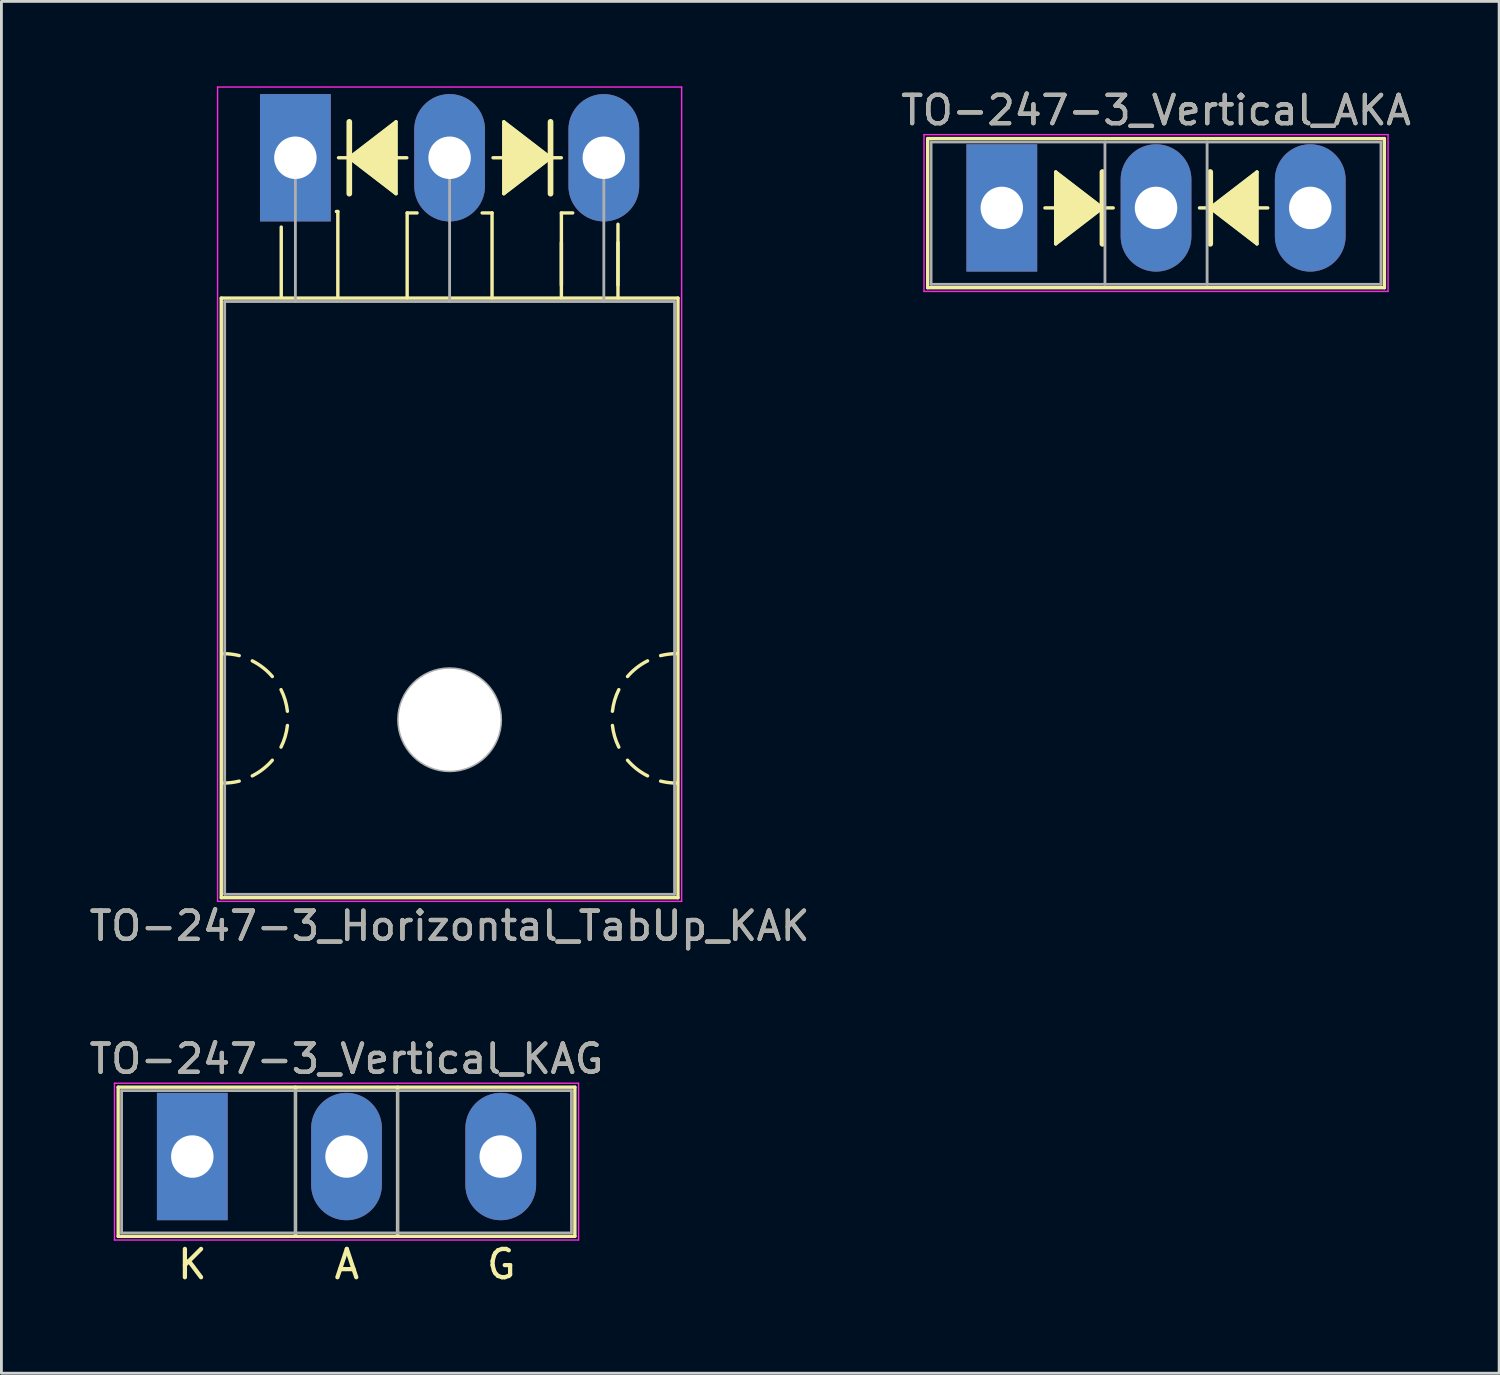
<source format=kicad_pcb>
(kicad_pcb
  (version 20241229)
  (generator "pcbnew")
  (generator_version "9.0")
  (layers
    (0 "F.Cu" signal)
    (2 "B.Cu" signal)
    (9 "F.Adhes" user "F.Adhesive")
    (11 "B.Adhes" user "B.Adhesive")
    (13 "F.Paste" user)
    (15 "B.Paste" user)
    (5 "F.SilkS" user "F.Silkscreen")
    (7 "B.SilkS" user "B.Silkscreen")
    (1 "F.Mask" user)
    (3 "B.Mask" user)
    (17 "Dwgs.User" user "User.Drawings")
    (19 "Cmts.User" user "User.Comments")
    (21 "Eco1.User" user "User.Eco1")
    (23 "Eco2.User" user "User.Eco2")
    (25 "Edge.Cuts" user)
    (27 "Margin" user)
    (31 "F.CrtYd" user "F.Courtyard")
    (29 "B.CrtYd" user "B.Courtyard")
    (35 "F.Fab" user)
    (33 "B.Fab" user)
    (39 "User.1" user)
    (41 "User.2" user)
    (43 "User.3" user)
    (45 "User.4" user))
  (footprint "TO-247-3_Vertical_KAG"
    (layer "F.Cu")
    (at 3.746 37.822)
    (property "Reference" "TO-247-3_Vertical_KAG" (at 5.45 -3.45 0) (layer "F.SilkS") (effects (font (size 1 1) (thickness 0.15))))
    (fp_line (start -2.62 -2.451) (end -2.62 2.82) (stroke (width 0.12) (type solid)) (layer "F.SilkS"))
    (fp_line (start -2.62 -2.451) (end 13.52 -2.451) (stroke (width 0.12) (type solid)) (layer "F.SilkS"))
    (fp_line (start -2.62 2.82) (end 13.52 2.82) (stroke (width 0.12) (type solid)) (layer "F.SilkS"))
    (fp_line (start 3.646 -2.451) (end 3.646 2.82) (stroke (width 0.12) (type solid)) (layer "F.SilkS"))
    (fp_line (start 7.255 -2.451) (end 7.255 2.82) (stroke (width 0.12) (type solid)) (layer "F.SilkS"))
    (fp_line (start 13.52 -2.451) (end 13.52 2.82) (stroke (width 0.12) (type solid)) (layer "F.SilkS"))
    (fp_line (start -2.75 -2.59) (end -2.75 2.95) (stroke (width 0.05) (type solid)) (layer "F.CrtYd"))
    (fp_line (start -2.75 2.95) (end 13.65 2.95) (stroke (width 0.05) (type solid)) (layer "F.CrtYd"))
    (fp_line (start 13.65 -2.59) (end -2.75 -2.59) (stroke (width 0.05) (type solid)) (layer "F.CrtYd"))
    (fp_line (start 13.65 2.95) (end 13.65 -2.59) (stroke (width 0.05) (type solid)) (layer "F.CrtYd"))
    (fp_line (start -2.5 -2.33) (end -2.5 2.7) (stroke (width 0.1) (type solid)) (layer "F.Fab"))
    (fp_line (start -2.5 2.7) (end 13.4 2.7) (stroke (width 0.1) (type solid)) (layer "F.Fab"))
    (fp_line (start 3.645 -2.33) (end 3.645 2.7) (stroke (width 0.1) (type solid)) (layer "F.Fab"))
    (fp_line (start 7.255 -2.33) (end 7.255 2.7) (stroke (width 0.1) (type solid)) (layer "F.Fab"))
    (fp_line (start 13.4 -2.33) (end -2.5 -2.33) (stroke (width 0.1) (type solid)) (layer "F.Fab"))
    (fp_line (start 13.4 2.7) (end 13.4 -2.33) (stroke (width 0.1) (type solid)) (layer "F.Fab"))
    (fp_text user "A" (at 5.461 3.81 0) (unlocked yes) (layer "F.SilkS") (effects (font (size 1 1) (thickness 0.15))))
    (fp_text user "K" (at 0 3.81 0) (unlocked yes) (layer "F.SilkS") (effects (font (size 1 1) (thickness 0.15))))
    (fp_text user "G" (at 10.922 3.81 0) (unlocked yes) (layer "F.SilkS") (effects (font (size 1 1) (thickness 0.15))))
    (fp_text user "${REFERENCE}" (at 5.45 -3.45 0) (layer "F.Fab") (effects (font (size 1 1) (thickness 0.15))))
    (pad "1" thru_hole rect (at 0 0) (size 2.5 4.5) (drill 1.5) (layers "*.Cu" "*.Mask"))
    (pad "2" thru_hole oval (at 5.45 0) (size 2.5 4.5) (drill 1.5) (layers "*.Cu" "*.Mask"))
    (pad "3" thru_hole oval (at 10.9 0) (size 2.5 4.5) (drill 1.5) (layers "*.Cu" "*.Mask")))
  (footprint "TO-247-3_Horizontal_TabUp_KAK"
    (layer "F.Cu")
    (at 7.389 2.525)
    (property "Reference" "TO-247-3_Horizontal_TabUp_KAK" (at 5.45 27.15 0) (layer "F.SilkS") (effects (font (size 1 1) (thickness 0.15))))
    (attr through_hole)
    (fp_line (start -2.62 4.96) (end -2.62 26.15) (stroke (width 0.12) (type solid)) (layer "F.SilkS"))
    (fp_line (start -2.62 4.96) (end 13.52 4.96) (stroke (width 0.12) (type solid)) (layer "F.SilkS"))
    (fp_line (start -2.62 26.15) (end 13.52 26.15) (stroke (width 0.12) (type solid)) (layer "F.SilkS"))
    (fp_line (start -0.5 4.9) (end -0.5 2.45) (stroke (width 0.12) (type solid)) (layer "F.SilkS"))
    (fp_line (start 1.5 1.9) (end 1.45 1.9) (stroke (width 0.12) (type solid)) (layer "F.SilkS"))
    (fp_line (start 1.5 4.9) (end 1.5 1.9) (stroke (width 0.12) (type solid)) (layer "F.SilkS"))
    (fp_line (start 1.524 0) (end 1.905 0) (stroke (width 0.12) (type solid)) (layer "F.SilkS"))
    (fp_line (start 1.905 -1.27) (end 1.905 0) (stroke (width 0.2) (type solid)) (layer "F.SilkS"))
    (fp_line (start 1.905 0) (end 1.905 1.27) (stroke (width 0.2) (type solid)) (layer "F.SilkS"))
    (fp_line (start 1.905 0) (end 3.556 1.27) (stroke (width 0.12) (type solid)) (layer "F.SilkS"))
    (fp_line (start 3.556 -1.27) (end 1.905 0) (stroke (width 0.12) (type solid)) (layer "F.SilkS"))
    (fp_line (start 3.556 1.27) (end 3.556 -1.27) (stroke (width 0.12) (type solid)) (layer "F.SilkS"))
    (fp_line (start 3.937 0) (end 3.556 0) (stroke (width 0.12) (type solid)) (layer "F.SilkS"))
    (fp_line (start 3.95 1.95) (end 4.3 1.95) (stroke (width 0.12) (type solid)) (layer "F.SilkS"))
    (fp_line (start 3.95 4.95) (end 3.95 1.95) (stroke (width 0.12) (type solid)) (layer "F.SilkS"))
    (fp_line (start 6.95 1.95) (end 6.6 1.95) (stroke (width 0.12) (type solid)) (layer "F.SilkS"))
    (fp_line (start 6.95 4.95) (end 6.95 1.95) (stroke (width 0.12) (type solid)) (layer "F.SilkS"))
    (fp_line (start 6.985 0) (end 7.366 0) (stroke (width 0.12) (type solid)) (layer "F.SilkS"))
    (fp_line (start 7.366 -1.27) (end 7.366 1.27) (stroke (width 0.12) (type solid)) (layer "F.SilkS"))
    (fp_line (start 7.366 1.27) (end 9.017 0) (stroke (width 0.12) (type solid)) (layer "F.SilkS"))
    (fp_line (start 9.017 0) (end 7.366 -1.27) (stroke (width 0.12) (type solid)) (layer "F.SilkS"))
    (fp_line (start 9.017 0) (end 9.017 -1.27) (stroke (width 0.2) (type solid)) (layer "F.SilkS"))
    (fp_line (start 9.017 1.27) (end 9.017 0) (stroke (width 0.2) (type solid)) (layer "F.SilkS"))
    (fp_line (start 9.398 0) (end 9.017 0) (stroke (width 0.12) (type solid)) (layer "F.SilkS"))
    (fp_line (start 9.4 1.95) (end 9.8 1.95) (stroke (width 0.12) (type solid)) (layer "F.SilkS"))
    (fp_line (start 9.4 4.5) (end 9.4 3) (stroke (width 0.12) (type solid)) (layer "F.SilkS"))
    (fp_line (start 9.4 4.95) (end 9.4 1.95) (stroke (width 0.12) (type solid)) (layer "F.SilkS"))
    (fp_line (start 11.4 4.5) (end 11.4 3) (stroke (width 0.12) (type solid)) (layer "F.SilkS"))
    (fp_line (start 11.4 4.95) (end 11.4 2.35) (stroke (width 0.12) (type solid)) (layer "F.SilkS"))
    (fp_line (start 13.52 4.96) (end 13.52 26.15) (stroke (width 0.12) (type solid)) (layer "F.SilkS"))
    (fp_arc (start -2.54 17.526) (mid -2.260689 17.543128) (end -1.985564 17.594254) (stroke (width 0.12) (type solid)) (layer "F.SilkS"))
    (fp_arc (start -1.985564 22.029746) (mid -2.260689 22.080872) (end -2.54 22.098) (stroke (width 0.12) (type solid)) (layer "F.SilkS"))
    (fp_arc (start -1.524001 17.780001) (mid -1.14188 18.02132) (end -0.815088 18.333504) (stroke (width 0.12) (type solid)) (layer "F.SilkS"))
    (fp_arc (start -0.815087 21.290497) (mid -1.141879 21.60268) (end -1.524 21.844) (stroke (width 0.12) (type solid)) (layer "F.SilkS"))
    (fp_arc (start -0.508001 18.796001) (mid -0.361178 19.168563) (end -0.282051 19.561117) (stroke (width 0.12) (type solid)) (layer "F.SilkS"))
    (fp_arc (start -0.282051 20.062883) (mid -0.361178 20.455437) (end -0.508001 20.827999) (stroke (width 0.12) (type solid)) (layer "F.SilkS"))
    (fp_arc (start 11.204051 19.561117) (mid 11.283178 19.168563) (end 11.430001 18.796001) (stroke (width 0.12) (type solid)) (layer "F.SilkS"))
    (fp_arc (start 11.430001 20.827999) (mid 11.283178 20.455437) (end 11.204051 20.062883) (stroke (width 0.12) (type solid)) (layer "F.SilkS"))
    (fp_arc (start 11.737087 18.333503) (mid 12.063879 18.02132) (end 12.446 17.78) (stroke (width 0.12) (type solid)) (layer "F.SilkS"))
    (fp_arc (start 12.446001 21.843999) (mid 12.06388 21.60268) (end 11.737088 21.290496) (stroke (width 0.12) (type solid)) (layer "F.SilkS"))
    (fp_arc (start 12.907564 17.594254) (mid 13.182689 17.543128) (end 13.462 17.526) (stroke (width 0.12) (type solid)) (layer "F.SilkS"))
    (fp_arc (start 13.462 22.098) (mid 13.182689 22.080872) (end 12.907564 22.029746) (stroke (width 0.12) (type solid)) (layer "F.SilkS"))
    (fp_poly (pts (xy 3.556 1.27) (xy 1.905 0) (xy 3.556 -1.27)) (stroke (width 0.1) (type solid)) (fill yes) (layer "F.SilkS"))
    (fp_poly (pts (xy 9.017 0) (xy 7.366 1.27) (xy 7.366 -1.27)) (stroke (width 0.1) (type solid)) (fill yes) (layer "F.SilkS"))
    (fp_line (start -2.75 -2.5) (end -2.75 26.28) (stroke (width 0.05) (type solid)) (layer "F.CrtYd"))
    (fp_line (start -2.75 26.28) (end 13.65 26.28) (stroke (width 0.05) (type solid)) (layer "F.CrtYd"))
    (fp_line (start 13.65 -2.5) (end -2.75 -2.5) (stroke (width 0.05) (type solid)) (layer "F.CrtYd"))
    (fp_line (start 13.65 26.28) (end 13.65 -2.5) (stroke (width 0.05) (type solid)) (layer "F.CrtYd"))
    (fp_line (start -2.5 5.08) (end -2.5 26.03) (stroke (width 0.1) (type solid)) (layer "F.Fab"))
    (fp_line (start -2.5 26.03) (end 13.4 26.03) (stroke (width 0.1) (type solid)) (layer "F.Fab"))
    (fp_line (start 0 5.08) (end 0 0) (stroke (width 0.1) (type solid)) (layer "F.Fab"))
    (fp_line (start 5.45 5.08) (end 5.45 0) (stroke (width 0.1) (type solid)) (layer "F.Fab"))
    (fp_line (start 10.9 5.08) (end 10.9 0) (stroke (width 0.1) (type solid)) (layer "F.Fab"))
    (fp_line (start 13.4 5.08) (end -2.5 5.08) (stroke (width 0.1) (type solid)) (layer "F.Fab"))
    (fp_line (start 13.4 26.03) (end 13.4 5.08) (stroke (width 0.1) (type solid)) (layer "F.Fab"))
    (fp_circle (center 5.45 19.86) (end 7.255 19.86) (stroke (width 0.1) (type solid)) (fill no) (layer "F.Fab"))
    (fp_text user "${REFERENCE}" (at 5.45 27.15 0) (layer "F.Fab") (effects (font (size 1 1) (thickness 0.15))))
    (pad "" np_thru_hole oval (at 5.45 19.86) (size 3.6 3.6) (drill 3.6) (layers "*.Cu" "*.Mask"))
    (pad "1" thru_hole rect (at 0 0) (size 2.5 4.5) (drill 1.5) (layers "*.Cu" "*.Mask"))
    (pad "2" thru_hole oval (at 5.45 0) (size 2.5 4.5) (drill 1.5) (layers "*.Cu" "*.Mask"))
    (pad "3" thru_hole oval (at 10.9 0) (size 2.5 4.5) (drill 1.5) (layers "*.Cu" "*.Mask")))
  (footprint "TO-247-3_Vertical_AKA"
    (layer "F.Cu")
    (at 32.354 4.298)
    (property "Reference" "TO-247-3_Vertical_AKA" (at 5.45 -3.45 0) (layer "F.SilkS") (effects (font (size 1 1) (thickness 0.15))))
    (attr through_hole)
    (fp_line (start -2.62 -2.451) (end -2.62 2.82) (stroke (width 0.12) (type solid)) (layer "F.SilkS"))
    (fp_line (start -2.62 -2.451) (end 13.52 -2.451) (stroke (width 0.12) (type solid)) (layer "F.SilkS"))
    (fp_line (start -2.62 2.82) (end 13.52 2.82) (stroke (width 0.12) (type solid)) (layer "F.SilkS"))
    (fp_line (start 1.524 0) (end 1.905 0) (stroke (width 0.12) (type solid)) (layer "F.SilkS"))
    (fp_line (start 1.905 -1.27) (end 1.905 1.27) (stroke (width 0.12) (type solid)) (layer "F.SilkS"))
    (fp_line (start 1.905 1.27) (end 3.556 0) (stroke (width 0.12) (type solid)) (layer "F.SilkS"))
    (fp_line (start 3.556 0) (end 1.905 -1.27) (stroke (width 0.12) (type solid)) (layer "F.SilkS"))
    (fp_line (start 3.556 0) (end 3.556 -1.27) (stroke (width 0.2) (type solid)) (layer "F.SilkS"))
    (fp_line (start 3.556 1.27) (end 3.556 0) (stroke (width 0.2) (type solid)) (layer "F.SilkS"))
    (fp_line (start 3.937 0) (end 3.556 0) (stroke (width 0.12) (type solid)) (layer "F.SilkS"))
    (fp_line (start 6.985 0) (end 7.366 0) (stroke (width 0.12) (type solid)) (layer "F.SilkS"))
    (fp_line (start 7.366 -1.27) (end 7.366 0) (stroke (width 0.2) (type solid)) (layer "F.SilkS"))
    (fp_line (start 7.366 0) (end 7.366 1.27) (stroke (width 0.2) (type solid)) (layer "F.SilkS"))
    (fp_line (start 7.366 0) (end 9.017 1.27) (stroke (width 0.12) (type solid)) (layer "F.SilkS"))
    (fp_line (start 9.017 -1.27) (end 7.366 0) (stroke (width 0.12) (type solid)) (layer "F.SilkS"))
    (fp_line (start 9.017 1.27) (end 9.017 -1.27) (stroke (width 0.12) (type solid)) (layer "F.SilkS"))
    (fp_line (start 9.398 0) (end 9.017 0) (stroke (width 0.12) (type solid)) (layer "F.SilkS"))
    (fp_line (start 13.52 -2.451) (end 13.52 2.82) (stroke (width 0.12) (type solid)) (layer "F.SilkS"))
    (fp_poly (pts (xy 3.556 0) (xy 1.905 1.27) (xy 1.905 -1.27)) (stroke (width 0.1) (type solid)) (fill yes) (layer "F.SilkS"))
    (fp_poly (pts (xy 9.017 1.27) (xy 7.366 0) (xy 9.017 -1.27)) (stroke (width 0.1) (type solid)) (fill yes) (layer "F.SilkS"))
    (fp_line (start -2.75 -2.59) (end -2.75 2.95) (stroke (width 0.05) (type solid)) (layer "F.CrtYd"))
    (fp_line (start -2.75 2.95) (end 13.65 2.95) (stroke (width 0.05) (type solid)) (layer "F.CrtYd"))
    (fp_line (start 13.65 -2.59) (end -2.75 -2.59) (stroke (width 0.05) (type solid)) (layer "F.CrtYd"))
    (fp_line (start 13.65 2.95) (end 13.65 -2.59) (stroke (width 0.05) (type solid)) (layer "F.CrtYd"))
    (fp_line (start -2.5 -2.33) (end -2.5 2.7) (stroke (width 0.1) (type solid)) (layer "F.Fab"))
    (fp_line (start -2.5 2.7) (end 13.4 2.7) (stroke (width 0.1) (type solid)) (layer "F.Fab"))
    (fp_line (start 3.645 -2.33) (end 3.645 2.7) (stroke (width 0.1) (type solid)) (layer "F.Fab"))
    (fp_line (start 7.255 -2.33) (end 7.255 2.7) (stroke (width 0.1) (type solid)) (layer "F.Fab"))
    (fp_line (start 13.4 -2.33) (end -2.5 -2.33) (stroke (width 0.1) (type solid)) (layer "F.Fab"))
    (fp_line (start 13.4 2.7) (end 13.4 -2.33) (stroke (width 0.1) (type solid)) (layer "F.Fab"))
    (fp_text user "${REFERENCE}" (at 5.45 -3.45 0) (layer "F.Fab") (effects (font (size 1 1) (thickness 0.15))))
    (pad "1" thru_hole rect (at 0 0) (size 2.5 4.5) (drill 1.5) (layers "*.Cu" "*.Mask"))
    (pad "2" thru_hole oval (at 5.45 0) (size 2.5 4.5) (drill 1.5) (layers "*.Cu" "*.Mask"))
    (pad "3" thru_hole oval (at 10.9 0) (size 2.5 4.5) (drill 1.5) (layers "*.Cu" "*.Mask")))
  (gr_rect
    (start -3 -3)
    (end 49.929 45.48)
    (stroke (width 0.1) (type default))
    (fill no)
    (layer "Edge.Cuts")))
</source>
